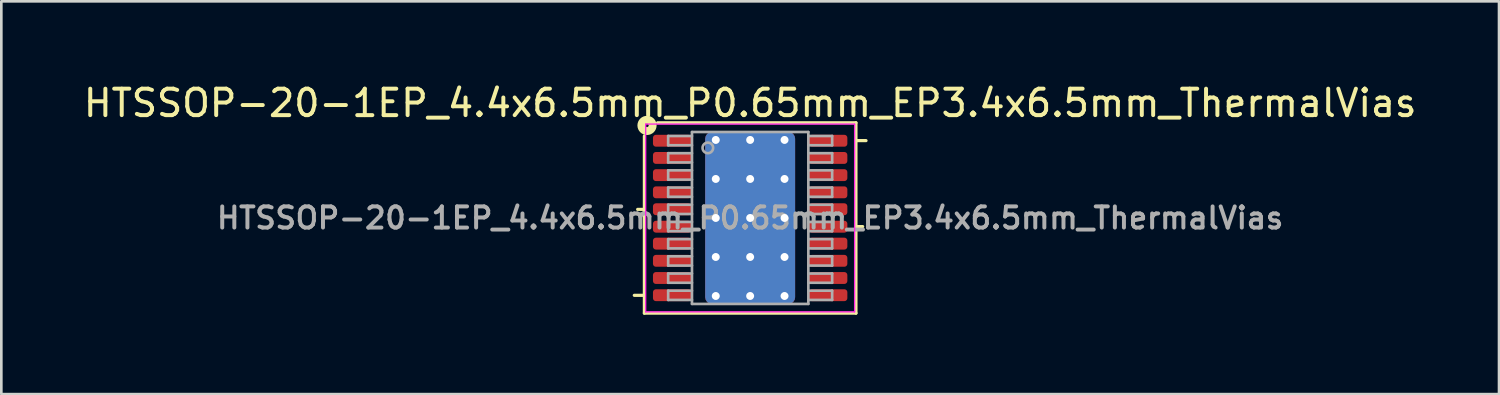
<source format=kicad_pcb>
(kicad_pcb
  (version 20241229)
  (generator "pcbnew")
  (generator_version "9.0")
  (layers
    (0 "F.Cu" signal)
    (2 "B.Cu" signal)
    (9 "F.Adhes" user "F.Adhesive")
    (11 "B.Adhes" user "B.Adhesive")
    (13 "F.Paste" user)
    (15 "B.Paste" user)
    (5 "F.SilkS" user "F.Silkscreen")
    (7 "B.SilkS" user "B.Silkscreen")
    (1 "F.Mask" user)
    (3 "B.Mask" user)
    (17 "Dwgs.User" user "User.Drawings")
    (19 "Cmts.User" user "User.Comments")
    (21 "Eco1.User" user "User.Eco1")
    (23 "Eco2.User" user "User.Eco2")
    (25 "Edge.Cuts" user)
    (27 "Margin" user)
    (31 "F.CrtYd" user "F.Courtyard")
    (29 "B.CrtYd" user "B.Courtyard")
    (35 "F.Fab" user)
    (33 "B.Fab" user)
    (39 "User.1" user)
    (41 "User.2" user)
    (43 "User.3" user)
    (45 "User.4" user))
  (footprint "HTSSOP-20-1EP_4.4x6.5mm_P0.65mm_EP3.4x6.5mm_ThermalVias"
    (layer "F.Cu")
    (at 25.315 5.192)
    (property "Reference" "HTSSOP-20-1EP_4.4x6.5mm_P0.65mm_EP3.4x6.5mm_ThermalVias" (at 0 -4.344 0) (layer "F.SilkS") (effects (font (size 1 1) (thickness 0.15))))
    (attr smd)
    (fp_line (start -4 -0.325) (end -4.254 -0.325) (stroke (width 0.12) (type solid)) (layer "F.SilkS"))
    (fp_line (start -4 2.925) (end -4.381 2.925) (stroke (width 0.12) (type solid)) (layer "F.SilkS"))
    (fp_line (start -4 3.6) (end -4 -3.1) (stroke (width 0.12) (type solid)) (layer "F.SilkS"))
    (fp_line (start -3.5 -3.6) (end 4 -3.6) (stroke (width 0.12) (type solid)) (layer "F.SilkS"))
    (fp_line (start 4 -3.6) (end 4 3.6) (stroke (width 0.12) (type solid)) (layer "F.SilkS"))
    (fp_line (start 4 -2.925) (end 4.381 -2.925) (stroke (width 0.12) (type solid)) (layer "F.SilkS"))
    (fp_line (start 4 0.325) (end 4.254 0.325) (stroke (width 0.12) (type solid)) (layer "F.SilkS"))
    (fp_line (start 4 3.6) (end -4 3.6) (stroke (width 0.12) (type solid)) (layer "F.SilkS"))
    (fp_circle (center -3.9 -3.5) (end -3.837 -3.5) (stroke (width 0.3) (type solid)) (fill no) (layer "F.SilkS"))
    (fp_line (start -3.95 -3.55) (end -3.95 3.55) (stroke (width 0.05) (type solid)) (layer "F.CrtYd"))
    (fp_line (start -3.95 -3.55) (end 3.95 -3.55) (stroke (width 0.05) (type solid)) (layer "F.CrtYd"))
    (fp_line (start -3.95 3.55) (end 3.95 3.55) (stroke (width 0.05) (type solid)) (layer "F.CrtYd"))
    (fp_line (start 3.95 -3.55) (end 3.95 3.55) (stroke (width 0.05) (type solid)) (layer "F.CrtYd"))
    (fp_line (start -3.1 -3.1) (end -3.1 -2.75) (stroke (width 0.1) (type solid)) (layer "F.Fab"))
    (fp_line (start -3.1 -3.1) (end -2.2 -3.1) (stroke (width 0.1) (type solid)) (layer "F.Fab"))
    (fp_line (start -3.1 -2.75) (end -2.2 -2.75) (stroke (width 0.1) (type solid)) (layer "F.Fab"))
    (fp_line (start -3.1 -2.45) (end -3.1 -2.1) (stroke (width 0.1) (type solid)) (layer "F.Fab"))
    (fp_line (start -3.1 -2.45) (end -2.2 -2.45) (stroke (width 0.1) (type solid)) (layer "F.Fab"))
    (fp_line (start -3.1 -2.1) (end -2.2 -2.1) (stroke (width 0.1) (type solid)) (layer "F.Fab"))
    (fp_line (start -3.1 -1.8) (end -3.1 -1.45) (stroke (width 0.1) (type solid)) (layer "F.Fab"))
    (fp_line (start -3.1 -1.8) (end -2.2 -1.8) (stroke (width 0.1) (type solid)) (layer "F.Fab"))
    (fp_line (start -3.1 -1.45) (end -2.2 -1.45) (stroke (width 0.1) (type solid)) (layer "F.Fab"))
    (fp_line (start -3.1 -1.15) (end -3.1 -0.8) (stroke (width 0.1) (type solid)) (layer "F.Fab"))
    (fp_line (start -3.1 -1.15) (end -2.2 -1.15) (stroke (width 0.1) (type solid)) (layer "F.Fab"))
    (fp_line (start -3.1 -0.8) (end -2.2 -0.8) (stroke (width 0.1) (type solid)) (layer "F.Fab"))
    (fp_line (start -3.1 -0.5) (end -3.1 -0.15) (stroke (width 0.1) (type solid)) (layer "F.Fab"))
    (fp_line (start -3.1 -0.5) (end -2.2 -0.5) (stroke (width 0.1) (type solid)) (layer "F.Fab"))
    (fp_line (start -3.1 -0.15) (end -2.2 -0.15) (stroke (width 0.1) (type solid)) (layer "F.Fab"))
    (fp_line (start -3.1 0.15) (end -3.1 0.5) (stroke (width 0.1) (type solid)) (layer "F.Fab"))
    (fp_line (start -3.1 0.15) (end -2.2 0.15) (stroke (width 0.1) (type solid)) (layer "F.Fab"))
    (fp_line (start -3.1 0.5) (end -2.2 0.5) (stroke (width 0.1) (type solid)) (layer "F.Fab"))
    (fp_line (start -3.1 0.8) (end -3.1 1.15) (stroke (width 0.1) (type solid)) (layer "F.Fab"))
    (fp_line (start -3.1 0.8) (end -2.2 0.8) (stroke (width 0.1) (type solid)) (layer "F.Fab"))
    (fp_line (start -3.1 1.15) (end -2.2 1.15) (stroke (width 0.1) (type solid)) (layer "F.Fab"))
    (fp_line (start -3.1 1.45) (end -3.1 1.8) (stroke (width 0.1) (type solid)) (layer "F.Fab"))
    (fp_line (start -3.1 1.45) (end -2.2 1.45) (stroke (width 0.1) (type solid)) (layer "F.Fab"))
    (fp_line (start -3.1 1.8) (end -2.2 1.8) (stroke (width 0.1) (type solid)) (layer "F.Fab"))
    (fp_line (start -3.1 2.1) (end -3.1 2.45) (stroke (width 0.1) (type solid)) (layer "F.Fab"))
    (fp_line (start -3.1 2.1) (end -2.2 2.1) (stroke (width 0.1) (type solid)) (layer "F.Fab"))
    (fp_line (start -3.1 2.45) (end -2.2 2.45) (stroke (width 0.1) (type solid)) (layer "F.Fab"))
    (fp_line (start -3.1 2.75) (end -3.1 3.1) (stroke (width 0.1) (type solid)) (layer "F.Fab"))
    (fp_line (start -3.1 2.75) (end -2.2 2.75) (stroke (width 0.1) (type solid)) (layer "F.Fab"))
    (fp_line (start -3.1 3.1) (end -2.2 3.1) (stroke (width 0.1) (type solid)) (layer "F.Fab"))
    (fp_line (start -2.2 -3.25) (end 2.2 -3.25) (stroke (width 0.1) (type solid)) (layer "F.Fab"))
    (fp_line (start -2.2 3.25) (end -2.2 -3.25) (stroke (width 0.1) (type solid)) (layer "F.Fab"))
    (fp_line (start 2.2 -3.25) (end 2.2 3.25) (stroke (width 0.1) (type solid)) (layer "F.Fab"))
    (fp_line (start 2.2 3.25) (end -2.2 3.25) (stroke (width 0.1) (type solid)) (layer "F.Fab"))
    (fp_line (start 3.1 -3.1) (end 2.2 -3.1) (stroke (width 0.1) (type solid)) (layer "F.Fab"))
    (fp_line (start 3.1 -2.75) (end 2.2 -2.75) (stroke (width 0.1) (type solid)) (layer "F.Fab"))
    (fp_line (start 3.1 -2.75) (end 3.1 -3.1) (stroke (width 0.1) (type solid)) (layer "F.Fab"))
    (fp_line (start 3.1 -2.45) (end 2.2 -2.45) (stroke (width 0.1) (type solid)) (layer "F.Fab"))
    (fp_line (start 3.1 -2.1) (end 2.2 -2.1) (stroke (width 0.1) (type solid)) (layer "F.Fab"))
    (fp_line (start 3.1 -2.1) (end 3.1 -2.45) (stroke (width 0.1) (type solid)) (layer "F.Fab"))
    (fp_line (start 3.1 -1.8) (end 2.2 -1.8) (stroke (width 0.1) (type solid)) (layer "F.Fab"))
    (fp_line (start 3.1 -1.45) (end 2.2 -1.45) (stroke (width 0.1) (type solid)) (layer "F.Fab"))
    (fp_line (start 3.1 -1.45) (end 3.1 -1.8) (stroke (width 0.1) (type solid)) (layer "F.Fab"))
    (fp_line (start 3.1 -1.15) (end 2.2 -1.15) (stroke (width 0.1) (type solid)) (layer "F.Fab"))
    (fp_line (start 3.1 -0.8) (end 2.2 -0.8) (stroke (width 0.1) (type solid)) (layer "F.Fab"))
    (fp_line (start 3.1 -0.8) (end 3.1 -1.15) (stroke (width 0.1) (type solid)) (layer "F.Fab"))
    (fp_line (start 3.1 -0.5) (end 2.2 -0.5) (stroke (width 0.1) (type solid)) (layer "F.Fab"))
    (fp_line (start 3.1 -0.15) (end 2.2 -0.15) (stroke (width 0.1) (type solid)) (layer "F.Fab"))
    (fp_line (start 3.1 -0.15) (end 3.1 -0.5) (stroke (width 0.1) (type solid)) (layer "F.Fab"))
    (fp_line (start 3.1 0.15) (end 2.2 0.15) (stroke (width 0.1) (type solid)) (layer "F.Fab"))
    (fp_line (start 3.1 0.5) (end 2.2 0.5) (stroke (width 0.1) (type solid)) (layer "F.Fab"))
    (fp_line (start 3.1 0.5) (end 3.1 0.15) (stroke (width 0.1) (type solid)) (layer "F.Fab"))
    (fp_line (start 3.1 0.8) (end 2.2 0.8) (stroke (width 0.1) (type solid)) (layer "F.Fab"))
    (fp_line (start 3.1 1.15) (end 2.2 1.15) (stroke (width 0.1) (type solid)) (layer "F.Fab"))
    (fp_line (start 3.1 1.15) (end 3.1 0.8) (stroke (width 0.1) (type solid)) (layer "F.Fab"))
    (fp_line (start 3.1 1.45) (end 2.2 1.45) (stroke (width 0.1) (type solid)) (layer "F.Fab"))
    (fp_line (start 3.1 1.8) (end 2.2 1.8) (stroke (width 0.1) (type solid)) (layer "F.Fab"))
    (fp_line (start 3.1 1.8) (end 3.1 1.45) (stroke (width 0.1) (type solid)) (layer "F.Fab"))
    (fp_line (start 3.1 2.1) (end 2.2 2.1) (stroke (width 0.1) (type solid)) (layer "F.Fab"))
    (fp_line (start 3.1 2.45) (end 2.2 2.45) (stroke (width 0.1) (type solid)) (layer "F.Fab"))
    (fp_line (start 3.1 2.45) (end 3.1 2.1) (stroke (width 0.1) (type solid)) (layer "F.Fab"))
    (fp_line (start 3.1 2.75) (end 2.2 2.75) (stroke (width 0.1) (type solid)) (layer "F.Fab"))
    (fp_line (start 3.1 3.1) (end 2.2 3.1) (stroke (width 0.1) (type solid)) (layer "F.Fab"))
    (fp_line (start 3.1 3.1) (end 3.1 2.75) (stroke (width 0.1) (type solid)) (layer "F.Fab"))
    (fp_circle (center -1.6 -2.65) (end -1.4 -2.65) (stroke (width 0.1) (type solid)) (fill no) (layer "F.Fab"))
    (fp_text user "${REFERENCE}" (at 0 0 0) (layer "F.Fab") (effects (font (size 0.8 0.8) (thickness 0.15))))
    (pad "" smd roundrect (at -0.85 -2.212) (size 1.4 1.075) (layers "F.Paste") (roundrect_rratio 0.233))
    (pad "" smd roundrect (at -0.85 -0.738) (size 1.4 1.075) (layers "F.Paste") (roundrect_rratio 0.233))
    (pad "" smd roundrect (at -0.85 0.738) (size 1.4 1.075) (layers "F.Paste") (roundrect_rratio 0.233))
    (pad "" smd roundrect (at -0.85 2.212) (size 1.4 1.075) (layers "F.Paste") (roundrect_rratio 0.233))
    (pad "" smd roundrect (at 0.85 -2.212) (size 1.4 1.075) (layers "F.Paste") (roundrect_rratio 0.233))
    (pad "" smd roundrect (at 0.85 -0.738) (size 1.4 1.075) (layers "F.Paste") (roundrect_rratio 0.233))
    (pad "" smd roundrect (at 0.85 0.738) (size 1.4 1.075) (layers "F.Paste") (roundrect_rratio 0.233))
    (pad "" smd roundrect (at 0.85 2.212) (size 1.4 1.075) (layers "F.Paste") (roundrect_rratio 0.233))
    (pad "1" smd roundrect (at -2.95 -2.92) (size 1.45 0.45) (layers "F.Cu" "F.Mask" "F.Paste") (roundrect_rratio 0.25))
    (pad "2" smd roundrect (at -2.95 -2.27) (size 1.45 0.45) (layers "F.Cu" "F.Mask" "F.Paste") (roundrect_rratio 0.25))
    (pad "3" smd roundrect (at -2.95 -1.62) (size 1.45 0.45) (layers "F.Cu" "F.Mask" "F.Paste") (roundrect_rratio 0.25))
    (pad "4" smd roundrect (at -2.95 -0.97) (size 1.45 0.45) (layers "F.Cu" "F.Mask" "F.Paste") (roundrect_rratio 0.25))
    (pad "5" smd roundrect (at -2.95 -0.33) (size 1.45 0.45) (layers "F.Cu" "F.Mask" "F.Paste") (roundrect_rratio 0.25))
    (pad "6" smd roundrect (at -2.95 0.33) (size 1.45 0.45) (layers "F.Cu" "F.Mask" "F.Paste") (roundrect_rratio 0.25))
    (pad "7" smd roundrect (at -2.95 0.97) (size 1.45 0.45) (layers "F.Cu" "F.Mask" "F.Paste") (roundrect_rratio 0.25))
    (pad "8" smd roundrect (at -2.95 1.62) (size 1.45 0.45) (layers "F.Cu" "F.Mask" "F.Paste") (roundrect_rratio 0.25))
    (pad "9" smd roundrect (at -2.95 2.27) (size 1.45 0.45) (layers "F.Cu" "F.Mask" "F.Paste") (roundrect_rratio 0.25))
    (pad "10" smd roundrect (at -2.95 2.92) (size 1.45 0.45) (layers "F.Cu" "F.Mask" "F.Paste") (roundrect_rratio 0.25))
    (pad "11" smd roundrect (at 2.95 2.92) (size 1.45 0.45) (layers "F.Cu" "F.Mask" "F.Paste") (roundrect_rratio 0.25))
    (pad "12" smd roundrect (at 2.95 2.27) (size 1.45 0.45) (layers "F.Cu" "F.Mask" "F.Paste") (roundrect_rratio 0.25))
    (pad "13" smd roundrect (at 2.95 1.62) (size 1.45 0.45) (layers "F.Cu" "F.Mask" "F.Paste") (roundrect_rratio 0.25))
    (pad "14" smd roundrect (at 2.95 0.97) (size 1.45 0.45) (layers "F.Cu" "F.Mask" "F.Paste") (roundrect_rratio 0.25))
    (pad "15" smd roundrect (at 2.95 0.33) (size 1.45 0.45) (layers "F.Cu" "F.Mask" "F.Paste") (roundrect_rratio 0.25))
    (pad "16" smd roundrect (at 2.95 -0.33) (size 1.45 0.45) (layers "F.Cu" "F.Mask" "F.Paste") (roundrect_rratio 0.25))
    (pad "17" smd roundrect (at 2.95 -0.97) (size 1.45 0.45) (layers "F.Cu" "F.Mask" "F.Paste") (roundrect_rratio 0.25))
    (pad "18" smd roundrect (at 2.95 -1.62) (size 1.45 0.45) (layers "F.Cu" "F.Mask" "F.Paste") (roundrect_rratio 0.25))
    (pad "19" smd roundrect (at 2.95 -2.27) (size 1.45 0.45) (layers "F.Cu" "F.Mask" "F.Paste") (roundrect_rratio 0.25))
    (pad "20" smd roundrect (at 2.95 -2.92) (size 1.45 0.45) (layers "F.Cu" "F.Mask" "F.Paste") (roundrect_rratio 0.25))
    (pad "21" thru_hole circle (at -1.3 -2.95) (size 0.6 0.6) (drill 0.3) (property pad_prop_heatsink) (layers "*.Cu"))
    (pad "21" thru_hole circle (at -1.3 -1.475) (size 0.6 0.6) (drill 0.3) (property pad_prop_heatsink) (layers "*.Cu"))
    (pad "21" thru_hole circle (at -1.3 0) (size 0.6 0.6) (drill 0.3) (property pad_prop_heatsink) (layers "*.Cu"))
    (pad "21" thru_hole circle (at -1.3 1.475) (size 0.6 0.6) (drill 0.3) (property pad_prop_heatsink) (layers "*.Cu"))
    (pad "21" thru_hole circle (at -1.3 2.95) (size 0.6 0.6) (drill 0.3) (property pad_prop_heatsink) (layers "*.Cu"))
    (pad "21" thru_hole circle (at 0 -2.95) (size 0.6 0.6) (drill 0.3) (property pad_prop_heatsink) (layers "*.Cu"))
    (pad "21" thru_hole circle (at 0 -1.475) (size 0.6 0.6) (drill 0.3) (property pad_prop_heatsink) (layers "*.Cu"))
    (pad "21" thru_hole circle (at 0 0) (size 0.6 0.6) (drill 0.3) (property pad_prop_heatsink) (layers "*.Cu"))
    (pad "21" smd roundrect (at 0 0) (size 3.4 6.5) (layers "F.Cu" "F.Mask") (roundrect_rratio 0.074))
    (pad "21" smd roundrect (at 0 0) (size 3.4 6.5) (layers "B.Cu" "B.Mask") (roundrect_rratio 0.074))
    (pad "21" thru_hole circle (at 0 1.475) (size 0.6 0.6) (drill 0.3) (property pad_prop_heatsink) (layers "*.Cu"))
    (pad "21" thru_hole circle (at 0 2.95) (size 0.6 0.6) (drill 0.3) (property pad_prop_heatsink) (layers "*.Cu"))
    (pad "21" thru_hole circle (at 1.3 -2.95) (size 0.6 0.6) (drill 0.3) (property pad_prop_heatsink) (layers "*.Cu"))
    (pad "21" thru_hole circle (at 1.3 -1.475) (size 0.6 0.6) (drill 0.3) (property pad_prop_heatsink) (layers "*.Cu"))
    (pad "21" thru_hole circle (at 1.3 0) (size 0.6 0.6) (drill 0.3) (property pad_prop_heatsink) (layers "*.Cu"))
    (pad "21" thru_hole circle (at 1.3 1.475) (size 0.6 0.6) (drill 0.3) (property pad_prop_heatsink) (layers "*.Cu"))
    (pad "21" thru_hole circle (at 1.3 2.95) (size 0.6 0.6) (drill 0.3) (property pad_prop_heatsink) (layers "*.Cu")))
  (gr_rect
    (start -3 -3)
    (end 53.631 11.852)
    (stroke (width 0.1) (type default))
    (fill no)
    (layer "Edge.Cuts")))
</source>
